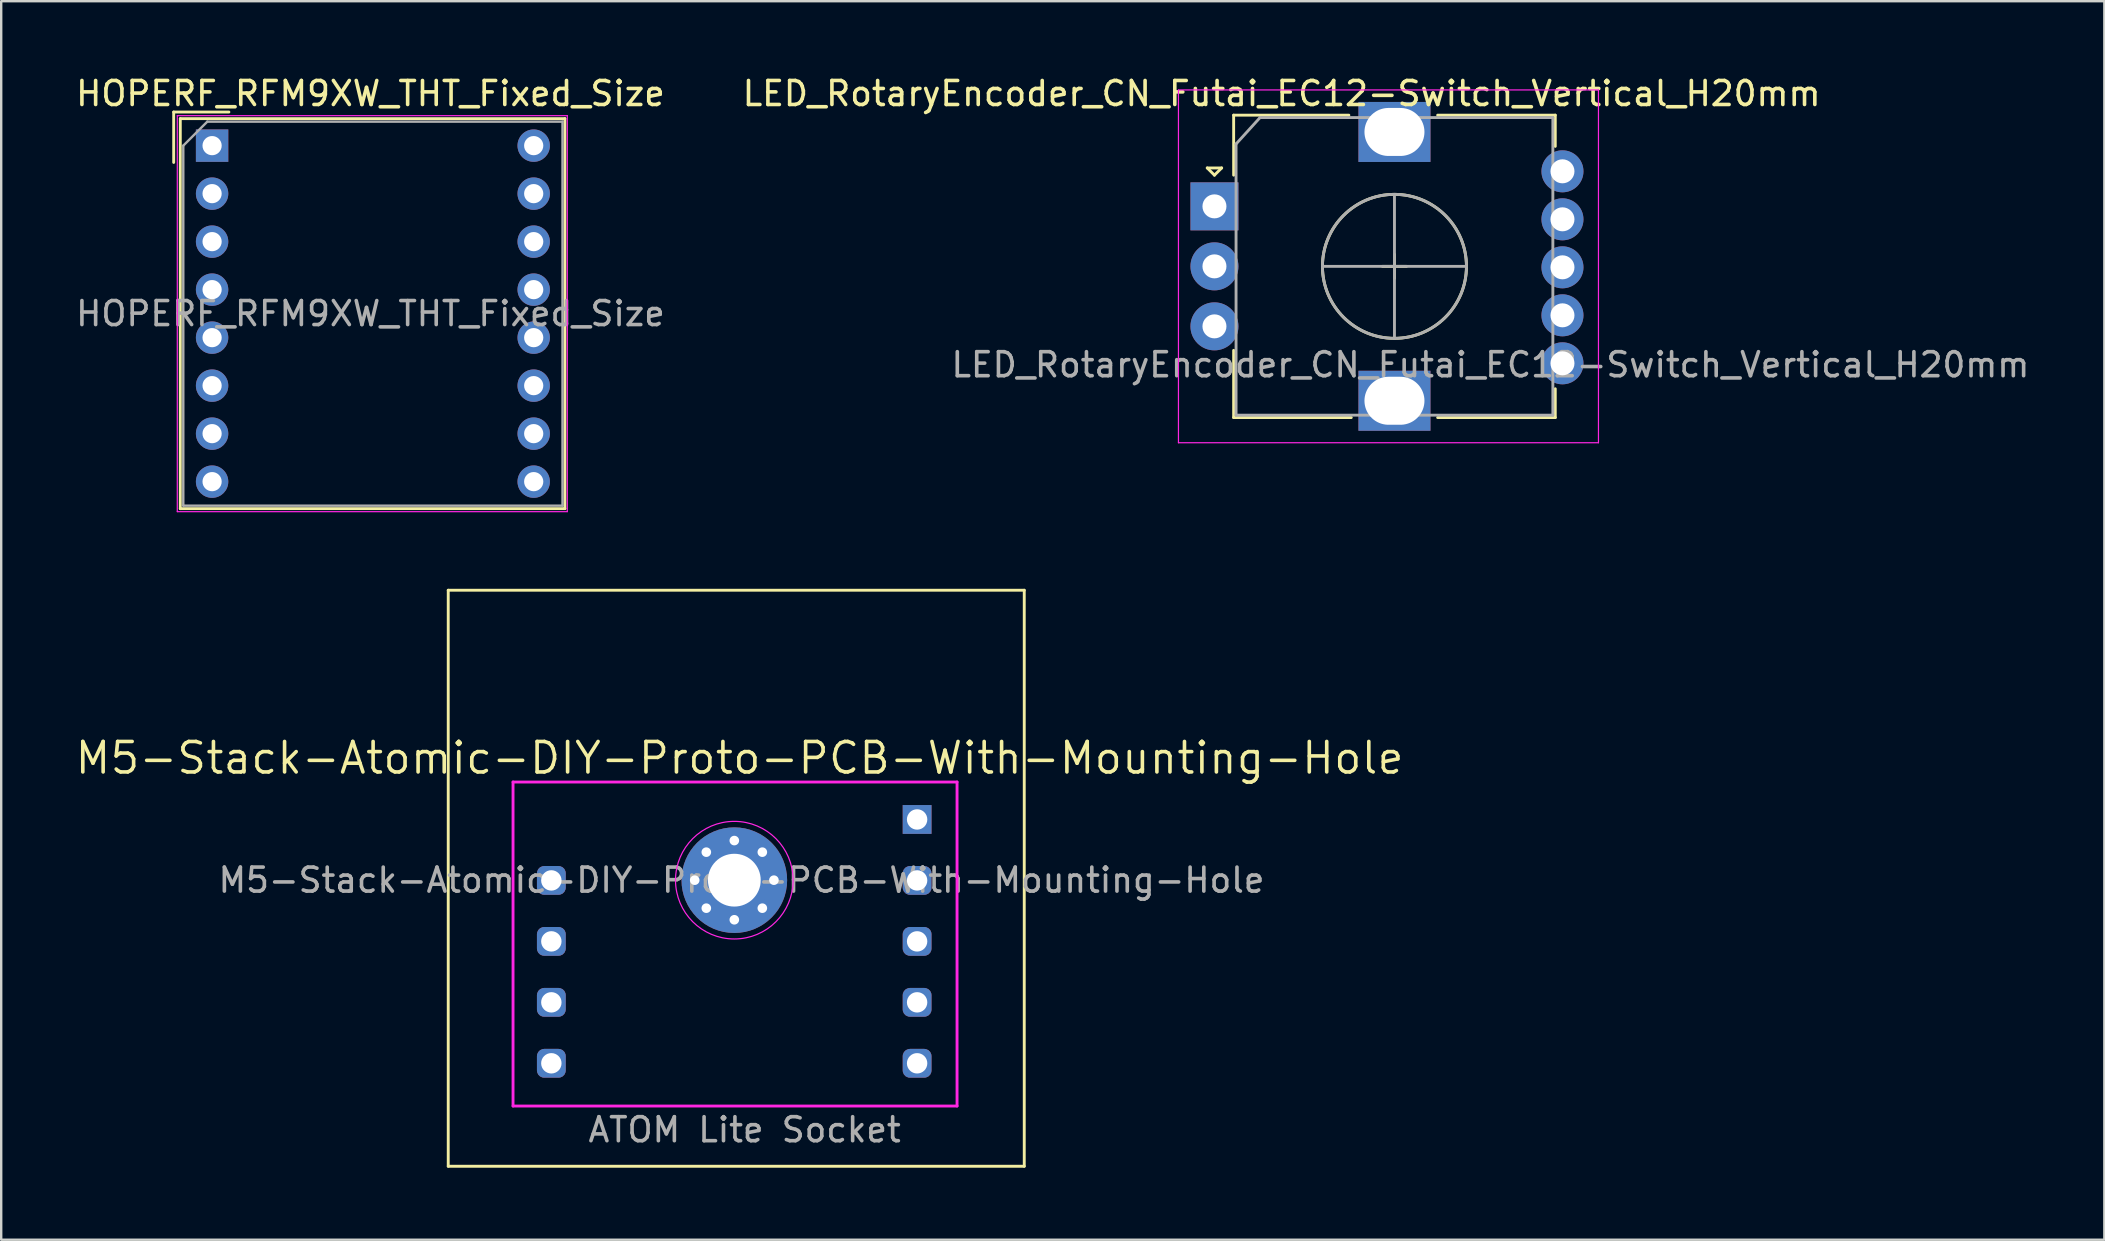
<source format=kicad_pcb>
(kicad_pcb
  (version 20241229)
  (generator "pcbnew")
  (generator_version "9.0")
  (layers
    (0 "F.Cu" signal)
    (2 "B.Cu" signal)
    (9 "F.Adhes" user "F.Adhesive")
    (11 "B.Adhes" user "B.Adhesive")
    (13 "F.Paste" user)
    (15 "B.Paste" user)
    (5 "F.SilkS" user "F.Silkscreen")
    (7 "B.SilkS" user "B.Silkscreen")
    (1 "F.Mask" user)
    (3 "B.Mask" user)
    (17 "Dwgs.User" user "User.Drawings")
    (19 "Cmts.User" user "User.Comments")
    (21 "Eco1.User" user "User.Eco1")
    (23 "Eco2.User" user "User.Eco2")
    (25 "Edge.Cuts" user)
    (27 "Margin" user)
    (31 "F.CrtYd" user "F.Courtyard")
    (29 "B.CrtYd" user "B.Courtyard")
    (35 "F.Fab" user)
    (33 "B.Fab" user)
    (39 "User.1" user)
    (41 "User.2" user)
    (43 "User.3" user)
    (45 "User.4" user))
  (footprint "M5-Stack-Atomic-DIY-Proto-PCB-With-Mounting-Hole"
    (layer "F.Cu")
    (at 15.626 21.543)
    (property "Reference" "M5-Stack-Atomic-DIY-Proto-PCB-With-Mounting-Hole" (at 12.14 6.99 0) (layer "F.SilkS") (effects (font (size 1.27 1.27) (thickness 0.15))))
    (attr smd)
    (fp_line (start 0 0) (end 0 24) (stroke (width 0.12) (type solid)) (layer "F.SilkS"))
    (fp_line (start 0 24) (end 24 24) (stroke (width 0.12) (type solid)) (layer "F.SilkS"))
    (fp_line (start 24 0) (end 0 0) (stroke (width 0.12) (type solid)) (layer "F.SilkS"))
    (fp_line (start 24 24) (end 24 0) (stroke (width 0.12) (type solid)) (layer "F.SilkS"))
    (fp_line (start 2.7 7.99) (end 2.7 21.49) (stroke (width 0.12) (type solid)) (layer "F.CrtYd"))
    (fp_line (start 2.7 21.49) (end 21.2 21.49) (stroke (width 0.12) (type solid)) (layer "F.CrtYd"))
    (fp_line (start 21.2 7.99) (end 2.7 7.99) (stroke (width 0.12) (type solid)) (layer "F.CrtYd"))
    (fp_line (start 21.2 21.49) (end 21.2 7.99) (stroke (width 0.12) (type solid)) (layer "F.CrtYd"))
    (fp_circle (center 11.92 12.08) (end 14.37 12.08) (stroke (width 0.05) (type solid)) (fill no) (layer "F.CrtYd"))
    (fp_text user "${REFERENCE}" (at 12.22 12.08 0) (layer "F.Fab") (effects (font (size 1 1) (thickness 0.15))))
    (fp_text user "ATOM Lite Socket" (at 12.35 22.48 0) (layer "F.Fab") (effects (font (size 1 1) (thickness 0.15))))
    (pad "1" thru_hole roundrect (at 4.296 12.09 180) (size 1.2 1.2) (drill 0.85) (layers "*.Cu" "*.Mask") (roundrect_rratio 0.25))
    (pad "2" thru_hole roundrect (at 4.296 14.63 180) (size 1.2 1.2) (drill 0.85) (layers "*.Cu" "*.Mask") (roundrect_rratio 0.25))
    (pad "3" thru_hole roundrect (at 4.296 17.17 180) (size 1.2 1.2) (drill 0.85) (layers "*.Cu" "*.Mask") (roundrect_rratio 0.25))
    (pad "4" thru_hole roundrect (at 4.296 19.71 180) (size 1.2 1.2) (drill 0.85) (layers "*.Cu" "*.Mask") (roundrect_rratio 0.25))
    (pad "5" thru_hole rect (at 19.536 9.55) (size 1.2 1.2) (drill 0.85) (layers "*.Cu" "*.Mask"))
    (pad "6" thru_hole roundrect (at 19.536 12.09) (size 1.2 1.2) (drill 0.85) (layers "*.Cu" "*.Mask") (roundrect_rratio 0.25))
    (pad "7" thru_hole roundrect (at 19.536 14.63) (size 1.2 1.2) (drill 0.85) (layers "*.Cu" "*.Mask") (roundrect_rratio 0.25))
    (pad "8" thru_hole roundrect (at 19.536 17.17) (size 1.2 1.2) (drill 0.85) (layers "*.Cu" "*.Mask") (roundrect_rratio 0.25))
    (pad "9" thru_hole roundrect (at 19.536 19.71) (size 1.2 1.2) (drill 0.85) (layers "*.Cu" "*.Mask") (roundrect_rratio 0.25))
    (pad "M1" thru_hole circle (at 10.27 12.08) (size 0.7 0.7) (drill 0.4) (layers "*.Cu" "*.Mask"))
    (pad "M1" thru_hole circle (at 10.753 10.913) (size 0.7 0.7) (drill 0.4) (layers "*.Cu" "*.Mask"))
    (pad "M1" thru_hole circle (at 10.753 13.247) (size 0.7 0.7) (drill 0.4) (layers "*.Cu" "*.Mask"))
    (pad "M1" thru_hole circle (at 11.92 10.43) (size 0.7 0.7) (drill 0.4) (layers "*.Cu" "*.Mask"))
    (pad "M1" thru_hole circle (at 11.92 12.08) (size 4.4 4.4) (drill 2.2) (layers "*.Cu" "*.Mask"))
    (pad "M1" thru_hole circle (at 11.92 13.73) (size 0.7 0.7) (drill 0.4) (layers "*.Cu" "*.Mask"))
    (pad "M1" thru_hole circle (at 13.087 10.913) (size 0.7 0.7) (drill 0.4) (layers "*.Cu" "*.Mask"))
    (pad "M1" thru_hole circle (at 13.087 13.247) (size 0.7 0.7) (drill 0.4) (layers "*.Cu" "*.Mask"))
    (pad "M1" thru_hole circle (at 13.57 12.08) (size 0.7 0.7) (drill 0.4) (layers "*.Cu" "*.Mask")))
  (footprint "LED_RotaryEncoder_CN_Futai_EC12-Switch_Vertical_H20mm"
    (layer "F.Cu")
    (at 46.051 0.698)
    (property "Reference" "LED_RotaryEncoder_CN_Futai_EC12-Switch_Vertical_H20mm" (at 4.3 0.15 0) (layer "F.SilkS") (effects (font (size 1 1) (thickness 0.15))))
    (attr through_hole)
    (fp_line (start 1.2 3.25) (end 1.8 3.25) (stroke (width 0.12) (type solid)) (layer "F.SilkS"))
    (fp_line (start 1.5 3.55) (end 1.2 3.25) (stroke (width 0.12) (type solid)) (layer "F.SilkS"))
    (fp_line (start 1.8 3.25) (end 1.5 3.55) (stroke (width 0.12) (type solid)) (layer "F.SilkS"))
    (fp_line (start 2.3 1.05) (end 2.3 3.55) (stroke (width 0.12) (type solid)) (layer "F.SilkS"))
    (fp_line (start 2.3 13.65) (end 2.3 10.85) (stroke (width 0.12) (type solid)) (layer "F.SilkS"))
    (fp_line (start 7.1 1.05) (end 2.3 1.05) (stroke (width 0.12) (type solid)) (layer "F.SilkS"))
    (fp_line (start 7.2 13.65) (end 2.3 13.65) (stroke (width 0.12) (type solid)) (layer "F.SilkS"))
    (fp_line (start 8.5 7.35) (end 9.5 7.35) (stroke (width 0.12) (type solid)) (layer "F.SilkS"))
    (fp_line (start 9 6.85) (end 9 7.85) (stroke (width 0.12) (type solid)) (layer "F.SilkS"))
    (fp_line (start 10.8 1.05) (end 15.7 1.05) (stroke (width 0.12) (type solid)) (layer "F.SilkS"))
    (fp_line (start 15.7 1.05) (end 15.7 2.35) (stroke (width 0.12) (type solid)) (layer "F.SilkS"))
    (fp_line (start 15.7 12.45) (end 15.7 13.65) (stroke (width 0.12) (type solid)) (layer "F.SilkS"))
    (fp_line (start 15.7 13.65) (end 10.8 13.65) (stroke (width 0.12) (type solid)) (layer "F.SilkS"))
    (fp_circle (center 9 7.35) (end 12 7.35) (stroke (width 0.12) (type solid)) (fill no) (layer "F.SilkS"))
    (fp_line (start 0 0) (end 0 14.7) (stroke (width 0.05) (type solid)) (layer "F.CrtYd"))
    (fp_line (start 0 0) (end 17.5 0) (stroke (width 0.05) (type solid)) (layer "F.CrtYd"))
    (fp_line (start 17.5 14.7) (end 0 14.7) (stroke (width 0.05) (type solid)) (layer "F.CrtYd"))
    (fp_line (start 17.5 14.7) (end 17.5 0) (stroke (width 0.05) (type solid)) (layer "F.CrtYd"))
    (fp_line (start 2.4 2.25) (end 3.4 1.15) (stroke (width 0.12) (type solid)) (layer "F.Fab"))
    (fp_line (start 2.4 13.55) (end 2.4 2.25) (stroke (width 0.12) (type solid)) (layer "F.Fab"))
    (fp_line (start 3.4 1.15) (end 15.6 1.15) (stroke (width 0.12) (type solid)) (layer "F.Fab"))
    (fp_line (start 6 7.35) (end 12 7.35) (stroke (width 0.12) (type solid)) (layer "F.Fab"))
    (fp_line (start 9 4.35) (end 9 10.35) (stroke (width 0.12) (type solid)) (layer "F.Fab"))
    (fp_line (start 15.6 1.15) (end 15.6 13.55) (stroke (width 0.12) (type solid)) (layer "F.Fab"))
    (fp_line (start 15.6 13.55) (end 2.4 13.55) (stroke (width 0.12) (type solid)) (layer "F.Fab"))
    (fp_circle (center 9 7.35) (end 12 7.35) (stroke (width 0.12) (type solid)) (fill no) (layer "F.Fab"))
    (fp_text user "${REFERENCE}" (at 13 11.45 0) (layer "F.Fab") (effects (font (size 1 1) (thickness 0.15))))
    (pad "A" thru_hole rect (at 1.5 4.85) (size 2 2) (drill 1) (layers "*.Cu" "*.Mask"))
    (pad "B" thru_hole circle (at 1.5 9.85) (size 2 2) (drill 1) (layers "*.Cu" "*.Mask"))
    (pad "C" thru_hole circle (at 1.5 7.35) (size 2 2) (drill 1) (layers "*.Cu" "*.Mask"))
    (pad "MP" thru_hole rect (at 9 1.75) (size 3 2.5) (drill oval 2.5 2) (layers "*.Cu" "*.Mask"))
    (pad "MP" thru_hole rect (at 9 12.95) (size 3 2.5) (drill oval 2.5 2) (layers "*.Cu" "*.Mask"))
    (pad "T1" thru_hole circle (at 16 11.39) (size 1.75 1.75) (drill 1) (layers "*.Cu" "*.Mask"))
    (pad "T2" thru_hole circle (at 16 9.39) (size 1.75 1.75) (drill 1) (layers "*.Cu" "*.Mask"))
    (pad "T3" thru_hole circle (at 16 7.39) (size 1.75 1.75) (drill 1) (layers "*.Cu" "*.Mask"))
    (pad "T4" thru_hole circle (at 16 5.39) (size 1.75 1.75) (drill 1) (layers "*.Cu" "*.Mask"))
    (pad "T5" thru_hole circle (at 16 3.39) (size 1.75 1.75) (drill 1) (layers "*.Cu" "*.Mask")))
  (footprint "HOPERF_RFM9XW_THT_Fixed_Size"
    (layer "F.Cu")
    (at 5.787 3.018)
    (property "Reference" "HOPERF_RFM9XW_THT_Fixed_Size" (at 6.6 -2.17 0) (layer "F.SilkS") (effects (font (size 1 1) (thickness 0.15))))
    (attr through_hole)
    (fp_line (start -1.6 -1.4) (end 0.7 -1.4) (stroke (width 0.12) (type solid)) (layer "F.SilkS"))
    (fp_line (start -1.6 0.7) (end -1.6 -1.4) (stroke (width 0.12) (type solid)) (layer "F.SilkS"))
    (fp_line (start -1.325 -1.125) (end 14.7 -1.125) (stroke (width 0.12) (type solid)) (layer "F.SilkS"))
    (fp_line (start -1.325 15.125) (end -1.325 -1.125) (stroke (width 0.12) (type solid)) (layer "F.SilkS"))
    (fp_line (start 14.7 -1.125) (end 14.7 15.125) (stroke (width 0.12) (type solid)) (layer "F.SilkS"))
    (fp_line (start 14.7 15.125) (end -1.325 15.125) (stroke (width 0.12) (type solid)) (layer "F.SilkS"))
    (fp_line (start -1.45 -1.25) (end 14.8 -1.25) (stroke (width 0.05) (type solid)) (layer "F.CrtYd"))
    (fp_line (start -1.45 15.25) (end -1.45 -1.25) (stroke (width 0.05) (type solid)) (layer "F.CrtYd"))
    (fp_line (start 14.8 -1.25) (end 14.8 15.25) (stroke (width 0.05) (type solid)) (layer "F.CrtYd"))
    (fp_line (start 14.8 15.25) (end -1.45 15.25) (stroke (width 0.05) (type solid)) (layer "F.CrtYd"))
    (fp_line (start -1.2 0) (end -0.2 -1) (stroke (width 0.1) (type solid)) (layer "F.Fab"))
    (fp_line (start -1.2 15) (end -1.2 0) (stroke (width 0.1) (type solid)) (layer "F.Fab"))
    (fp_line (start -0.2 -1) (end 14.6 -1) (stroke (width 0.1) (type solid)) (layer "F.Fab"))
    (fp_line (start 14.6 -1) (end 14.6 15) (stroke (width 0.1) (type solid)) (layer "F.Fab"))
    (fp_line (start 14.6 15) (end -1.2 15) (stroke (width 0.1) (type solid)) (layer "F.Fab"))
    (fp_text user "${REFERENCE}" (at 6.6 7 0) (layer "F.Fab") (effects (font (size 1 1) (thickness 0.15))))
    (pad "1" thru_hole rect (at 0 0) (size 1.35 1.35) (drill 0.8) (layers "*.Cu" "*.Mask"))
    (pad "2" thru_hole circle (at 0 2) (size 1.35 1.35) (drill 0.8) (layers "*.Cu" "*.Mask"))
    (pad "3" thru_hole circle (at 0 4) (size 1.35 1.35) (drill 0.8) (layers "*.Cu" "*.Mask"))
    (pad "4" thru_hole circle (at 0 6) (size 1.35 1.35) (drill 0.8) (layers "*.Cu" "*.Mask"))
    (pad "5" thru_hole circle (at 0 8) (size 1.35 1.35) (drill 0.8) (layers "*.Cu" "*.Mask"))
    (pad "6" thru_hole circle (at 0 10) (size 1.35 1.35) (drill 0.8) (layers "*.Cu" "*.Mask"))
    (pad "7" thru_hole circle (at 0 12) (size 1.35 1.35) (drill 0.8) (layers "*.Cu" "*.Mask"))
    (pad "8" thru_hole circle (at 0 14) (size 1.35 1.35) (drill 0.8) (layers "*.Cu" "*.Mask"))
    (pad "9" thru_hole circle (at 13.4 14) (size 1.35 1.35) (drill 0.8) (layers "*.Cu" "*.Mask"))
    (pad "10" thru_hole circle (at 13.4 12) (size 1.35 1.35) (drill 0.8) (layers "*.Cu" "*.Mask"))
    (pad "11" thru_hole circle (at 13.4 10) (size 1.35 1.35) (drill 0.8) (layers "*.Cu" "*.Mask"))
    (pad "12" thru_hole circle (at 13.4 8) (size 1.35 1.35) (drill 0.8) (layers "*.Cu" "*.Mask"))
    (pad "13" thru_hole circle (at 13.4 6) (size 1.35 1.35) (drill 0.8) (layers "*.Cu" "*.Mask"))
    (pad "14" thru_hole circle (at 13.4 4) (size 1.35 1.35) (drill 0.8) (layers "*.Cu" "*.Mask"))
    (pad "15" thru_hole circle (at 13.4 2) (size 1.35 1.35) (drill 0.8) (layers "*.Cu" "*.Mask"))
    (pad "16" thru_hole circle (at 13.4 0) (size 1.35 1.35) (drill 0.8) (layers "*.Cu" "*.Mask")))
  (gr_rect
    (start -3 -3)
    (end 84.629 48.603)
    (stroke (width 0.1) (type default))
    (fill no)
    (layer "Edge.Cuts")))
</source>
